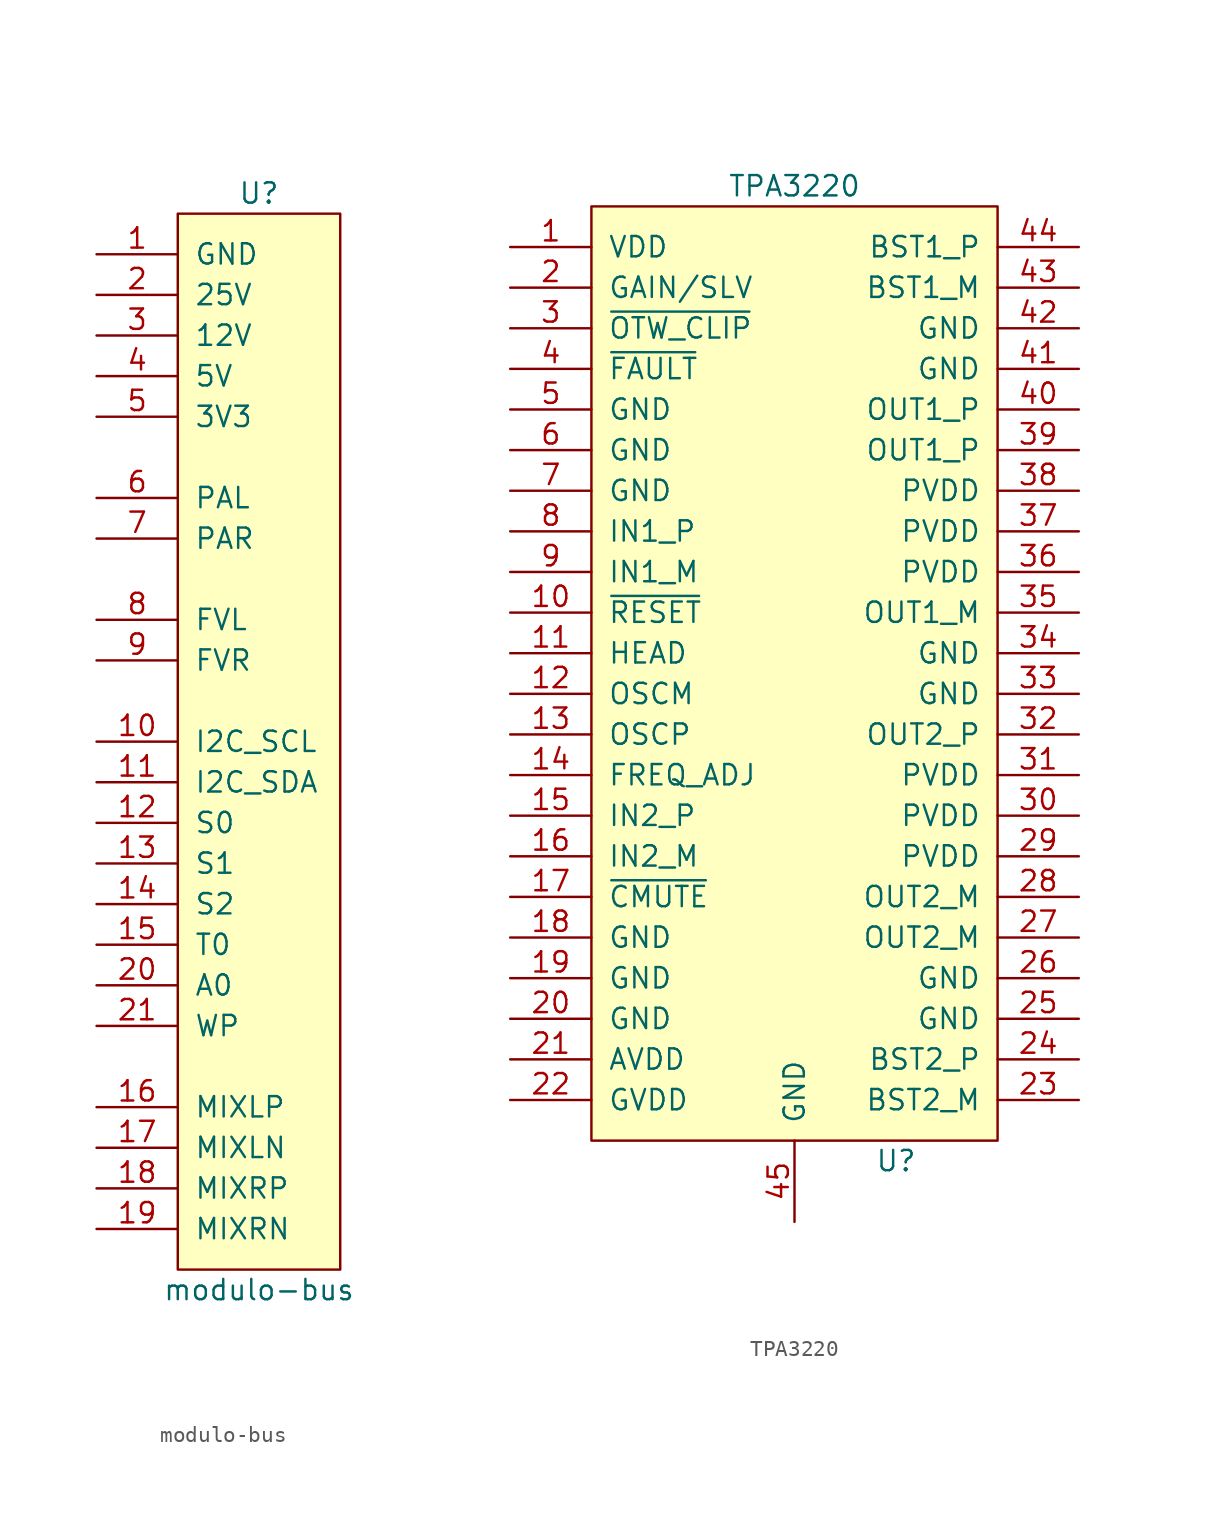
<source format=kicad_sym>
(kicad_symbol_lib
  (version 20211014)
  (generator kicad_symbol_editor)
  (symbol "modulo-bus"
    (pin_names
      (offset 1.016))
    (property "Reference" "U"
      (at 1.27 30.48 0)
      (effects (font (size 1.27 1.27))))
    (property "Value" "modulo-bus"
      (at 1.27 -38.1 0)
      (effects (font (size 1.27 1.27))))
    (symbol "modulo-bus_0_1"
      (rectangle (start -3.81 29.21) (end 6.35 -36.83) (stroke (width 0) (type default) (color 0 0 0 0)) (fill (type background))))
    (symbol "modulo-bus_1_1"
      (pin input line (at -8.89 26.67 0) (length 5.08) (name "GND" (effects (font (size 1.27 1.27)))) (number "1" (effects (font (size 1.27 1.27)))))
      (pin input line (at -8.89 -3.81 0) (length 5.08) (name "I2C_SCL" (effects (font (size 1.27 1.27)))) (number "10" (effects (font (size 1.27 1.27)))))
      (pin input line (at -8.89 -6.35 0) (length 5.08) (name "I2C_SDA" (effects (font (size 1.27 1.27)))) (number "11" (effects (font (size 1.27 1.27)))))
      (pin input line (at -8.89 -8.89 0) (length 5.08) (name "S0" (effects (font (size 1.27 1.27)))) (number "12" (effects (font (size 1.27 1.27)))))
      (pin input line (at -8.89 -11.43 0) (length 5.08) (name "S1" (effects (font (size 1.27 1.27)))) (number "13" (effects (font (size 1.27 1.27)))))
      (pin input line (at -8.89 -13.97 0) (length 5.08) (name "S2" (effects (font (size 1.27 1.27)))) (number "14" (effects (font (size 1.27 1.27)))))
      (pin input line (at -8.89 -16.51 0) (length 5.08) (name "T0" (effects (font (size 1.27 1.27)))) (number "15" (effects (font (size 1.27 1.27)))))
      (pin input line (at -8.89 -26.67 0) (length 5.08) (name "MIXLP" (effects (font (size 1.27 1.27)))) (number "16" (effects (font (size 1.27 1.27)))))
      (pin input line (at -8.89 -29.21 0) (length 5.08) (name "MIXLN" (effects (font (size 1.27 1.27)))) (number "17" (effects (font (size 1.27 1.27)))))
      (pin input line (at -8.89 -31.75 0) (length 5.08) (name "MIXRP" (effects (font (size 1.27 1.27)))) (number "18" (effects (font (size 1.27 1.27)))))
      (pin input line (at -8.89 -34.29 0) (length 5.08) (name "MIXRN" (effects (font (size 1.27 1.27)))) (number "19" (effects (font (size 1.27 1.27)))))
      (pin input line (at -8.89 24.13 0) (length 5.08) (name "25V" (effects (font (size 1.27 1.27)))) (number "2" (effects (font (size 1.27 1.27)))))
      (pin input line (at -8.89 -19.05 0) (length 5.08) (name "A0" (effects (font (size 1.27 1.27)))) (number "20" (effects (font (size 1.27 1.27)))))
      (pin input line (at -8.89 -21.59 0) (length 5.08) (name "WP" (effects (font (size 1.27 1.27)))) (number "21" (effects (font (size 1.27 1.27)))))
      (pin input line (at -8.89 21.59 0) (length 5.08) (name "12V" (effects (font (size 1.27 1.27)))) (number "3" (effects (font (size 1.27 1.27)))))
      (pin input line (at -8.89 19.05 0) (length 5.08) (name "5V" (effects (font (size 1.27 1.27)))) (number "4" (effects (font (size 1.27 1.27)))))
      (pin input line (at -8.89 16.51 0) (length 5.08) (name "3V3" (effects (font (size 1.27 1.27)))) (number "5" (effects (font (size 1.27 1.27)))))
      (pin input line (at -8.89 11.43 0) (length 5.08) (name "PAL" (effects (font (size 1.27 1.27)))) (number "6" (effects (font (size 1.27 1.27)))))
      (pin input line (at -8.89 8.89 0) (length 5.08) (name "PAR" (effects (font (size 1.27 1.27)))) (number "7" (effects (font (size 1.27 1.27)))))
      (pin input line (at -8.89 3.81 0) (length 5.08) (name "FVL" (effects (font (size 1.27 1.27)))) (number "8" (effects (font (size 1.27 1.27)))))
      (pin input line (at -8.89 1.27 0) (length 5.08) (name "FVR" (effects (font (size 1.27 1.27)))) (number "9" (effects (font (size 1.27 1.27)))))))
  (symbol "TPA3220"
    (pin_names
      (offset 1.016))
    (property "Reference" "U"
      (at 6.35 -30.48 0)
      (effects (font (size 1.27 1.27))))
    (property "Value" "TPA3220"
      (at 0 30.48 0)
      (effects (font (size 1.27 1.27))))
    (symbol "TPA3220_0_1"
      (rectangle (start -12.7 29.21) (end 12.7 -29.21) (stroke (width 0) (type default) (color 0 0 0 0)) (fill (type background))))
    (symbol "TPA3220_1_1"
      (pin bidirectional line (at -17.78 26.67 0) (length 5.08) (name "VDD" (effects (font (size 1.27 1.27)))) (number "1" (effects (font (size 1.27 1.27)))))
      (pin input line (at -17.78 3.81 0) (length 5.08) (name "~{RESET}" (effects (font (size 1.27 1.27)))) (number "10" (effects (font (size 1.27 1.27)))))
      (pin input line (at -17.78 1.27 0) (length 5.08) (name "HEAD" (effects (font (size 1.27 1.27)))) (number "11" (effects (font (size 1.27 1.27)))))
      (pin input line (at -17.78 -1.27 0) (length 5.08) (name "OSCM" (effects (font (size 1.27 1.27)))) (number "12" (effects (font (size 1.27 1.27)))))
      (pin input line (at -17.78 -3.81 0) (length 5.08) (name "OSCP" (effects (font (size 1.27 1.27)))) (number "13" (effects (font (size 1.27 1.27)))))
      (pin input line (at -17.78 -6.35 0) (length 5.08) (name "FREQ_ADJ" (effects (font (size 1.27 1.27)))) (number "14" (effects (font (size 1.27 1.27)))))
      (pin input line (at -17.78 -8.89 0) (length 5.08) (name "IN2_P" (effects (font (size 1.27 1.27)))) (number "15" (effects (font (size 1.27 1.27)))))
      (pin input line (at -17.78 -11.43 0) (length 5.08) (name "IN2_M" (effects (font (size 1.27 1.27)))) (number "16" (effects (font (size 1.27 1.27)))))
      (pin input line (at -17.78 -13.97 0) (length 5.08) (name "~{CMUTE}" (effects (font (size 1.27 1.27)))) (number "17" (effects (font (size 1.27 1.27)))))
      (pin power_in line (at -17.78 -16.51 0) (length 5.08) (name "GND" (effects (font (size 1.27 1.27)))) (number "18" (effects (font (size 1.27 1.27)))))
      (pin power_in line (at -17.78 -19.05 0) (length 5.08) (name "GND" (effects (font (size 1.27 1.27)))) (number "19" (effects (font (size 1.27 1.27)))))
      (pin input line (at -17.78 24.13 0) (length 5.08) (name "GAIN/SLV" (effects (font (size 1.27 1.27)))) (number "2" (effects (font (size 1.27 1.27)))))
      (pin power_in line (at -17.78 -21.59 0) (length 5.08) (name "GND" (effects (font (size 1.27 1.27)))) (number "20" (effects (font (size 1.27 1.27)))))
      (pin input line (at -17.78 -24.13 0) (length 5.08) (name "AVDD" (effects (font (size 1.27 1.27)))) (number "21" (effects (font (size 1.27 1.27)))))
      (pin input line (at -17.78 -26.67 0) (length 5.08) (name "GVDD" (effects (font (size 1.27 1.27)))) (number "22" (effects (font (size 1.27 1.27)))))
      (pin input line (at 17.78 -26.67 180) (length 5.08) (name "BST2_M" (effects (font (size 1.27 1.27)))) (number "23" (effects (font (size 1.27 1.27)))))
      (pin input line (at 17.78 -24.13 180) (length 5.08) (name "BST2_P" (effects (font (size 1.27 1.27)))) (number "24" (effects (font (size 1.27 1.27)))))
      (pin input line (at 17.78 -21.59 180) (length 5.08) (name "GND" (effects (font (size 1.27 1.27)))) (number "25" (effects (font (size 1.27 1.27)))))
      (pin input line (at 17.78 -19.05 180) (length 5.08) (name "GND" (effects (font (size 1.27 1.27)))) (number "26" (effects (font (size 1.27 1.27)))))
      (pin output line (at 17.78 -16.51 180) (length 5.08) (name "OUT2_M" (effects (font (size 1.27 1.27)))) (number "27" (effects (font (size 1.27 1.27)))))
      (pin output line (at 17.78 -13.97 180) (length 5.08) (name "OUT2_M" (effects (font (size 1.27 1.27)))) (number "28" (effects (font (size 1.27 1.27)))))
      (pin power_in line (at 17.78 -11.43 180) (length 5.08) (name "PVDD" (effects (font (size 1.27 1.27)))) (number "29" (effects (font (size 1.27 1.27)))))
      (pin output line (at -17.78 21.59 0) (length 5.08) (name "~{OTW_CLIP}" (effects (font (size 1.27 1.27)))) (number "3" (effects (font (size 1.27 1.27)))))
      (pin power_in line (at 17.78 -8.89 180) (length 5.08) (name "PVDD" (effects (font (size 1.27 1.27)))) (number "30" (effects (font (size 1.27 1.27)))))
      (pin power_in line (at 17.78 -6.35 180) (length 5.08) (name "PVDD" (effects (font (size 1.27 1.27)))) (number "31" (effects (font (size 1.27 1.27)))))
      (pin output line (at 17.78 -3.81 180) (length 5.08) (name "OUT2_P" (effects (font (size 1.27 1.27)))) (number "32" (effects (font (size 1.27 1.27)))))
      (pin input line (at 17.78 -1.27 180) (length 5.08) (name "GND" (effects (font (size 1.27 1.27)))) (number "33" (effects (font (size 1.27 1.27)))))
      (pin input line (at 17.78 1.27 180) (length 5.08) (name "GND" (effects (font (size 1.27 1.27)))) (number "34" (effects (font (size 1.27 1.27)))))
      (pin output line (at 17.78 3.81 180) (length 5.08) (name "OUT1_M" (effects (font (size 1.27 1.27)))) (number "35" (effects (font (size 1.27 1.27)))))
      (pin power_in line (at 17.78 6.35 180) (length 5.08) (name "PVDD" (effects (font (size 1.27 1.27)))) (number "36" (effects (font (size 1.27 1.27)))))
      (pin power_in line (at 17.78 8.89 180) (length 5.08) (name "PVDD" (effects (font (size 1.27 1.27)))) (number "37" (effects (font (size 1.27 1.27)))))
      (pin power_in line (at 17.78 11.43 180) (length 5.08) (name "PVDD" (effects (font (size 1.27 1.27)))) (number "38" (effects (font (size 1.27 1.27)))))
      (pin output line (at 17.78 13.97 180) (length 5.08) (name "OUT1_P" (effects (font (size 1.27 1.27)))) (number "39" (effects (font (size 1.27 1.27)))))
      (pin output line (at -17.78 19.05 0) (length 5.08) (name "~{FAULT}" (effects (font (size 1.27 1.27)))) (number "4" (effects (font (size 1.27 1.27)))))
      (pin output line (at 17.78 16.51 180) (length 5.08) (name "OUT1_P" (effects (font (size 1.27 1.27)))) (number "40" (effects (font (size 1.27 1.27)))))
      (pin input line (at 17.78 19.05 180) (length 5.08) (name "GND" (effects (font (size 1.27 1.27)))) (number "41" (effects (font (size 1.27 1.27)))))
      (pin input line (at 17.78 21.59 180) (length 5.08) (name "GND" (effects (font (size 1.27 1.27)))) (number "42" (effects (font (size 1.27 1.27)))))
      (pin input line (at 17.78 24.13 180) (length 5.08) (name "BST1_M" (effects (font (size 1.27 1.27)))) (number "43" (effects (font (size 1.27 1.27)))))
      (pin input line (at 17.78 26.67 180) (length 5.08) (name "BST1_P" (effects (font (size 1.27 1.27)))) (number "44" (effects (font (size 1.27 1.27)))))
      (pin input line (at 0 -34.29 90) (length 5.08) (name "GND" (effects (font (size 1.27 1.27)))) (number "45" (effects (font (size 1.27 1.27)))))
      (pin power_in line (at -17.78 16.51 0) (length 5.08) (name "GND" (effects (font (size 1.27 1.27)))) (number "5" (effects (font (size 1.27 1.27)))))
      (pin power_in line (at -17.78 13.97 0) (length 5.08) (name "GND" (effects (font (size 1.27 1.27)))) (number "6" (effects (font (size 1.27 1.27)))))
      (pin power_in line (at -17.78 11.43 0) (length 5.08) (name "GND" (effects (font (size 1.27 1.27)))) (number "7" (effects (font (size 1.27 1.27)))))
      (pin input line (at -17.78 8.89 0) (length 5.08) (name "IN1_P" (effects (font (size 1.27 1.27)))) (number "8" (effects (font (size 1.27 1.27)))))
      (pin input line (at -17.78 6.35 0) (length 5.08) (name "IN1_M" (effects (font (size 1.27 1.27)))) (number "9" (effects (font (size 1.27 1.27))))))))
</source>
